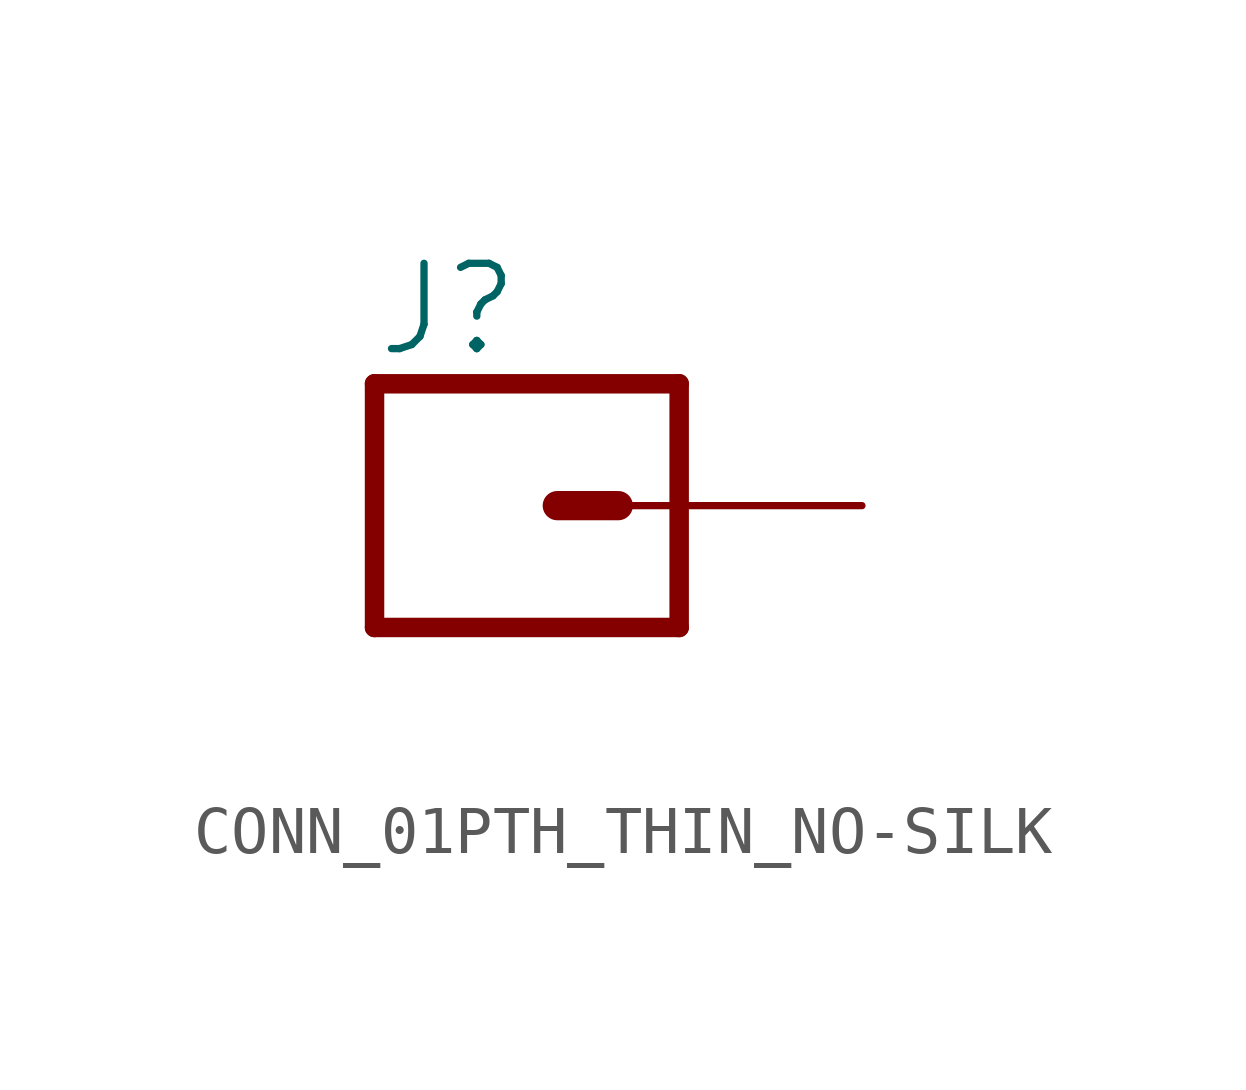
<source format=kicad_sym>
(kicad_symbol_lib
  (version 20220914)
  (generator kicad_symbol_editor)
  (symbol "CONN_01PTH_THIN_NO-SILK"
    (property "Reference" "J"
      (at -2.54 3.048 0)
      (effects (font (size 1.778 1.778)) (justify left bottom)))
    (property "Value" ""
      (at -2.54 -4.826 0)
      (effects (font (size 1.778 1.778)) (justify left bottom)))
    (property "ki_locked" ""
      (at 0 0 0)
      (effects (font (size 1.27 1.27))))
    (symbol "CONN_01PTH_THIN_NO-SILK_1_0"
      (polyline (pts (xy -2.54 2.54) (xy -2.54 -2.54)) (stroke (width 0.406) (type solid)) (fill (type none)))
      (polyline (pts (xy -2.54 2.54) (xy 3.81 2.54)) (stroke (width 0.406) (type solid)) (fill (type none)))
      (polyline (pts (xy 1.27 0) (xy 2.54 0)) (stroke (width 0.61) (type solid)) (fill (type none)))
      (polyline (pts (xy 3.81 -2.54) (xy -2.54 -2.54)) (stroke (width 0.406) (type solid)) (fill (type none)))
      (polyline (pts (xy 3.81 -2.54) (xy 3.81 2.54)) (stroke (width 0.406) (type solid)) (fill (type none)))
      (pin passive line (at 7.62 0 180) (length 5.08) (name "1" (effects (font (size 0 0)))) (number "1" (effects (font (size 0 0))))))))
</source>
